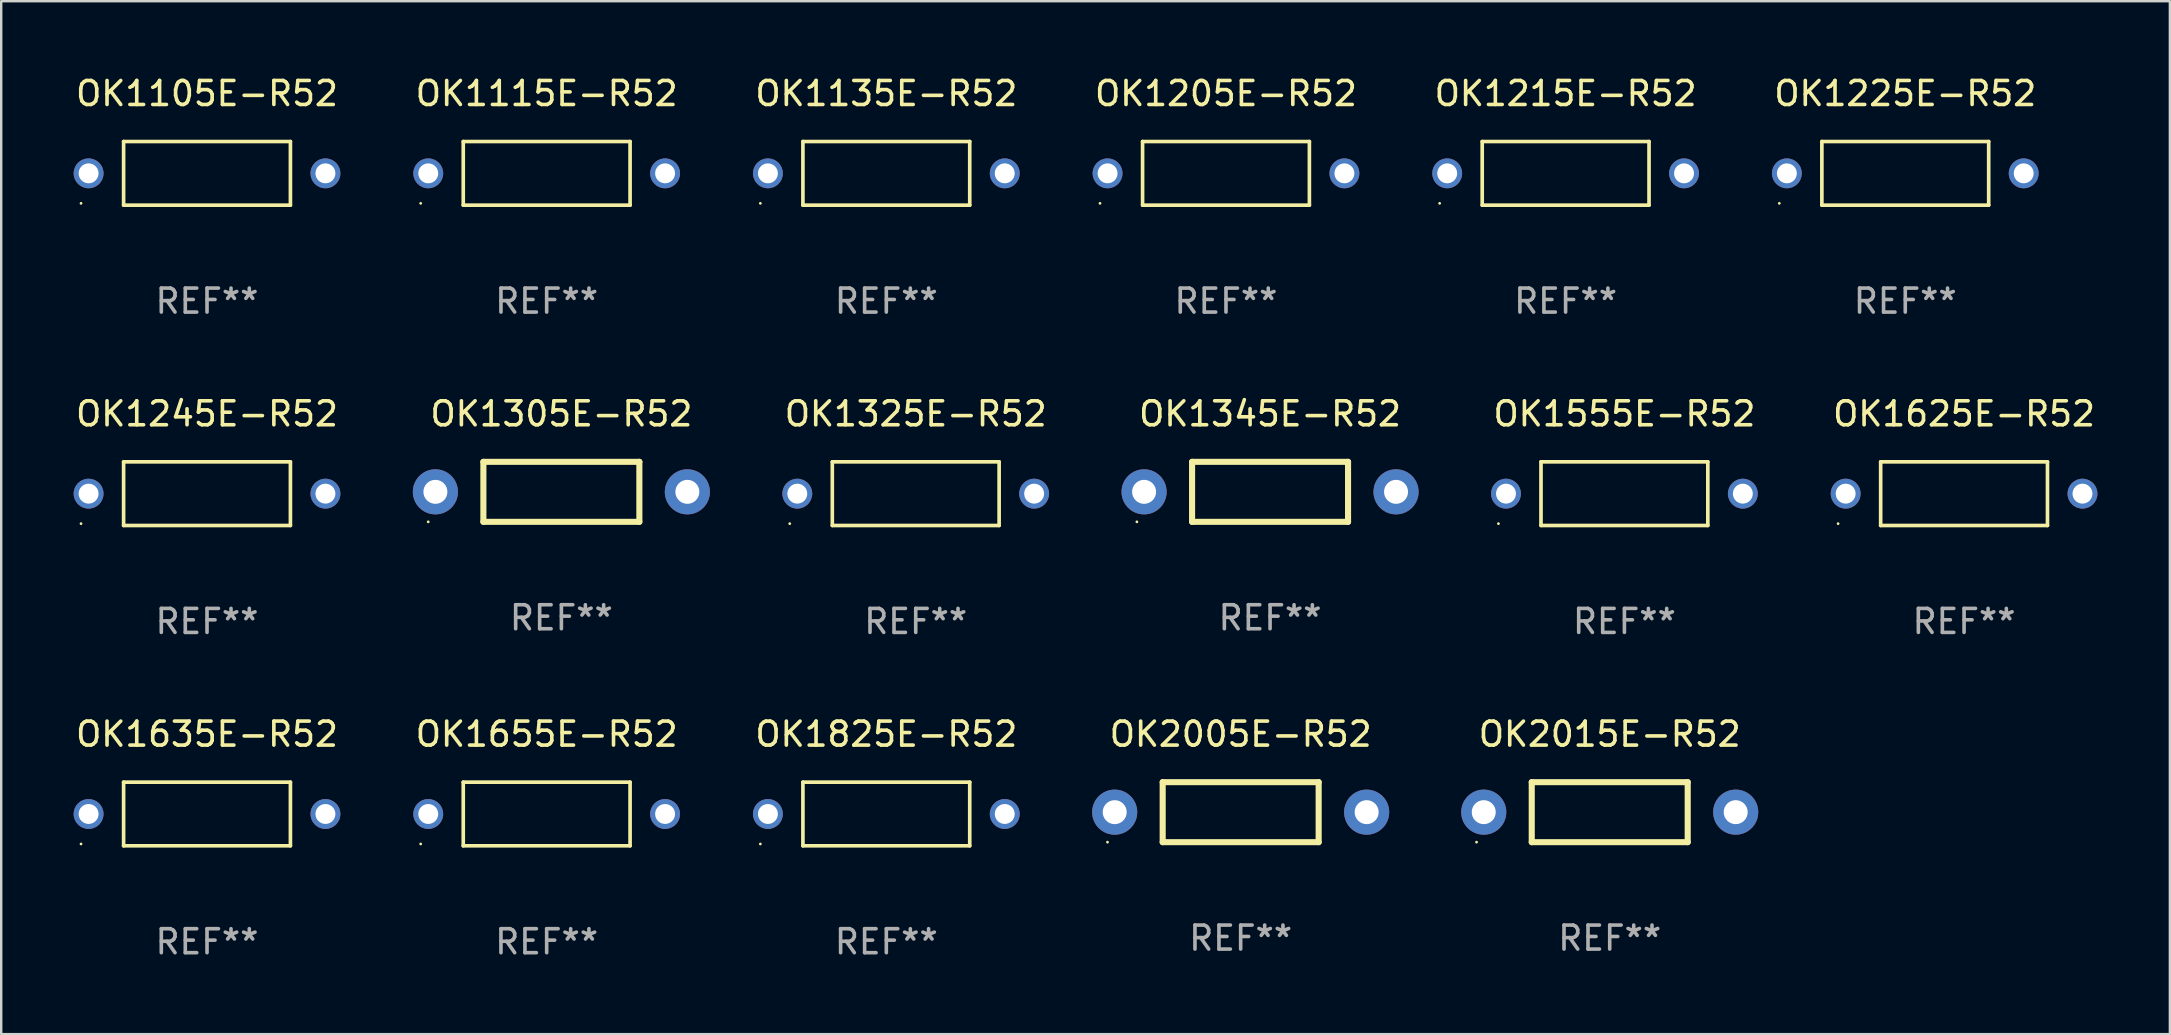
<source format=kicad_pcb>
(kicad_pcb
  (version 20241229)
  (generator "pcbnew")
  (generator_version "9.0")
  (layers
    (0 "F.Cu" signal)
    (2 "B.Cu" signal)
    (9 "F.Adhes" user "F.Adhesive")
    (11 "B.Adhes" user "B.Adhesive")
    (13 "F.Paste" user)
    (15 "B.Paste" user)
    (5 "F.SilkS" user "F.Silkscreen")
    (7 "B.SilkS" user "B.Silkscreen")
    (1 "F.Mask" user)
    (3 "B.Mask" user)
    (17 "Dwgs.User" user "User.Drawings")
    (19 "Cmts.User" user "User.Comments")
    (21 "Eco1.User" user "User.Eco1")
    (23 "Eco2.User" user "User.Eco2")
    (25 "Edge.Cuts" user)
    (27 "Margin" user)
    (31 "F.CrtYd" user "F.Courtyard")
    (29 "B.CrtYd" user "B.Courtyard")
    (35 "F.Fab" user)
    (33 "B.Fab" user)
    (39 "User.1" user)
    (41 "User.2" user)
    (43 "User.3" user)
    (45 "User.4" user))
  (footprint "OK1305E-R52"
    (layer "F.Cu")
    (at 20.345 17.447)
    (property "Reference" "OK1305E-R52" (at 0 -3.25 0) (layer "F.SilkS") (effects (font (size 1 1) (thickness 0.15))))
    (attr through_hole)
    (fp_line (start -3.25 -1.25) (end 3.25 -1.25) (stroke (width 0.254) (type solid)) (layer "F.SilkS"))
    (fp_line (start -3.25 1.25) (end -3.25 -1.25) (stroke (width 0.254) (type solid)) (layer "F.SilkS"))
    (fp_line (start 3.25 1.25) (end -3.25 1.25) (stroke (width 0.254) (type solid)) (layer "F.SilkS"))
    (fp_line (start 3.25 1.25) (end 3.25 -1.25) (stroke (width 0.254) (type solid)) (layer "F.SilkS"))
    (fp_circle (center -5.55 1.25) (end -5.52 1.25) (stroke (width 0.06) (type solid)) (fill no) (layer "F.SilkS"))
    (fp_text user "REF**" (at 0 5.25 0) (layer "F.Fab") (effects (font (size 1 1) (thickness 0.15))))
    (pad "1" thru_hole circle (at -5.25 0) (size 1.88 1.88) (drill 1) (layers "*.Cu" "*.Mask"))
    (pad "2" thru_hole circle (at 5.25 0) (size 1.88 1.88) (drill 1) (layers "*.Cu" "*.Mask")))
  (footprint "OK1135E-R52"
    (layer "F.Cu")
    (at 33.887 4.174)
    (property "Reference" "OK1135E-R52" (at 0 -3.326 0) (layer "F.SilkS") (effects (font (size 1 1) (thickness 0.15))))
    (attr through_hole)
    (fp_line (start -3.476 -1.326) (end 3.476 -1.326) (stroke (width 0.152) (type solid)) (layer "F.SilkS"))
    (fp_line (start -3.476 1.326) (end -3.476 -1.326) (stroke (width 0.152) (type solid)) (layer "F.SilkS"))
    (fp_line (start 3.476 -1.326) (end 3.476 1.326) (stroke (width 0.152) (type solid)) (layer "F.SilkS"))
    (fp_line (start 3.476 1.326) (end -3.476 1.326) (stroke (width 0.152) (type solid)) (layer "F.SilkS"))
    (fp_circle (center -5.25 1.25) (end -5.22 1.25) (stroke (width 0.06) (type solid)) (fill no) (layer "F.SilkS"))
    (fp_text user "REF**" (at 0 5.326 0) (layer "F.Fab") (effects (font (size 1 1) (thickness 0.15))))
    (pad "1" thru_hole circle (at -4.935 -0.000013) (size 1.245 1.245) (drill 0.83) (layers "*.Cu" "*.Mask"))
    (pad "2" thru_hole circle (at 4.935 -0.000013) (size 1.245 1.245) (drill 0.83) (layers "*.Cu" "*.Mask")))
  (footprint "OK2015E-R52"
    (layer "F.Cu")
    (at 64.034 30.796)
    (property "Reference" "OK2015E-R52" (at 0 -3.25 0) (layer "F.SilkS") (effects (font (size 1 1) (thickness 0.15))))
    (attr through_hole)
    (fp_line (start -3.25 -1.25) (end 3.25 -1.25) (stroke (width 0.254) (type solid)) (layer "F.SilkS"))
    (fp_line (start -3.25 1.25) (end -3.25 -1.25) (stroke (width 0.254) (type solid)) (layer "F.SilkS"))
    (fp_line (start 3.25 1.25) (end -3.25 1.25) (stroke (width 0.254) (type solid)) (layer "F.SilkS"))
    (fp_line (start 3.25 1.25) (end 3.25 -1.25) (stroke (width 0.254) (type solid)) (layer "F.SilkS"))
    (fp_circle (center -5.55 1.25) (end -5.52 1.25) (stroke (width 0.06) (type solid)) (fill no) (layer "F.SilkS"))
    (fp_text user "REF**" (at 0 5.25 0) (layer "F.Fab") (effects (font (size 1 1) (thickness 0.15))))
    (pad "1" thru_hole circle (at -5.25 0) (size 1.88 1.88) (drill 1) (layers "*.Cu" "*.Mask"))
    (pad "2" thru_hole circle (at 5.25 0) (size 1.88 1.88) (drill 1) (layers "*.Cu" "*.Mask")))
  (footprint "OK1115E-R52"
    (layer "F.Cu")
    (at 19.732 4.174)
    (property "Reference" "OK1115E-R52" (at 0 -3.326 0) (layer "F.SilkS") (effects (font (size 1 1) (thickness 0.15))))
    (attr through_hole)
    (fp_line (start -3.476 -1.326) (end 3.476 -1.326) (stroke (width 0.152) (type solid)) (layer "F.SilkS"))
    (fp_line (start -3.476 1.326) (end -3.476 -1.326) (stroke (width 0.152) (type solid)) (layer "F.SilkS"))
    (fp_line (start 3.476 -1.326) (end 3.476 1.326) (stroke (width 0.152) (type solid)) (layer "F.SilkS"))
    (fp_line (start 3.476 1.326) (end -3.476 1.326) (stroke (width 0.152) (type solid)) (layer "F.SilkS"))
    (fp_circle (center -5.25 1.25) (end -5.22 1.25) (stroke (width 0.06) (type solid)) (fill no) (layer "F.SilkS"))
    (fp_text user "REF**" (at 0 5.326 0) (layer "F.Fab") (effects (font (size 1 1) (thickness 0.15))))
    (pad "1" thru_hole circle (at -4.935 -0.000013) (size 1.245 1.245) (drill 0.83) (layers "*.Cu" "*.Mask"))
    (pad "2" thru_hole circle (at 4.935 -0.000013) (size 1.245 1.245) (drill 0.83) (layers "*.Cu" "*.Mask")))
  (footprint "OK1825E-R52"
    (layer "F.Cu")
    (at 33.887 30.872)
    (property "Reference" "OK1825E-R52" (at 0 -3.326 0) (layer "F.SilkS") (effects (font (size 1 1) (thickness 0.15))))
    (attr through_hole)
    (fp_line (start -3.476 -1.326) (end 3.476 -1.326) (stroke (width 0.152) (type solid)) (layer "F.SilkS"))
    (fp_line (start -3.476 1.326) (end -3.476 -1.326) (stroke (width 0.152) (type solid)) (layer "F.SilkS"))
    (fp_line (start 3.476 -1.326) (end 3.476 1.326) (stroke (width 0.152) (type solid)) (layer "F.SilkS"))
    (fp_line (start 3.476 1.326) (end -3.476 1.326) (stroke (width 0.152) (type solid)) (layer "F.SilkS"))
    (fp_circle (center -5.25 1.25) (end -5.22 1.25) (stroke (width 0.06) (type solid)) (fill no) (layer "F.SilkS"))
    (fp_text user "REF**" (at 0 5.326 0) (layer "F.Fab") (effects (font (size 1 1) (thickness 0.15))))
    (pad "1" thru_hole circle (at -4.935 -0.000013) (size 1.245 1.245) (drill 0.83) (layers "*.Cu" "*.Mask"))
    (pad "2" thru_hole circle (at 4.935 -0.000013) (size 1.245 1.245) (drill 0.83) (layers "*.Cu" "*.Mask")))
  (footprint "OK1325E-R52"
    (layer "F.Cu")
    (at 35.112 17.523)
    (property "Reference" "OK1325E-R52" (at 0 -3.326 0) (layer "F.SilkS") (effects (font (size 1 1) (thickness 0.15))))
    (attr through_hole)
    (fp_line (start -3.476 -1.326) (end 3.476 -1.326) (stroke (width 0.152) (type solid)) (layer "F.SilkS"))
    (fp_line (start -3.476 1.326) (end -3.476 -1.326) (stroke (width 0.152) (type solid)) (layer "F.SilkS"))
    (fp_line (start 3.476 -1.326) (end 3.476 1.326) (stroke (width 0.152) (type solid)) (layer "F.SilkS"))
    (fp_line (start 3.476 1.326) (end -3.476 1.326) (stroke (width 0.152) (type solid)) (layer "F.SilkS"))
    (fp_circle (center -5.25 1.25) (end -5.22 1.25) (stroke (width 0.06) (type solid)) (fill no) (layer "F.SilkS"))
    (fp_text user "REF**" (at 0 5.326 0) (layer "F.Fab") (effects (font (size 1 1) (thickness 0.15))))
    (pad "1" thru_hole circle (at -4.935 -0.000013) (size 1.245 1.245) (drill 0.83) (layers "*.Cu" "*.Mask"))
    (pad "2" thru_hole circle (at 4.935 -0.000013) (size 1.245 1.245) (drill 0.83) (layers "*.Cu" "*.Mask")))
  (footprint "OK2005E-R52"
    (layer "F.Cu")
    (at 48.654 30.796)
    (property "Reference" "OK2005E-R52" (at 0 -3.25 0) (layer "F.SilkS") (effects (font (size 1 1) (thickness 0.15))))
    (attr through_hole)
    (fp_line (start -3.25 -1.25) (end 3.25 -1.25) (stroke (width 0.254) (type solid)) (layer "F.SilkS"))
    (fp_line (start -3.25 1.25) (end -3.25 -1.25) (stroke (width 0.254) (type solid)) (layer "F.SilkS"))
    (fp_line (start 3.25 1.25) (end -3.25 1.25) (stroke (width 0.254) (type solid)) (layer "F.SilkS"))
    (fp_line (start 3.25 1.25) (end 3.25 -1.25) (stroke (width 0.254) (type solid)) (layer "F.SilkS"))
    (fp_circle (center -5.55 1.25) (end -5.52 1.25) (stroke (width 0.06) (type solid)) (fill no) (layer "F.SilkS"))
    (fp_text user "REF**" (at 0 5.25 0) (layer "F.Fab") (effects (font (size 1 1) (thickness 0.15))))
    (pad "1" thru_hole circle (at -5.25 0) (size 1.88 1.88) (drill 1) (layers "*.Cu" "*.Mask"))
    (pad "2" thru_hole circle (at 5.25 0) (size 1.88 1.88) (drill 1) (layers "*.Cu" "*.Mask")))
  (footprint "OK1225E-R52"
    (layer "F.Cu")
    (at 76.351 4.174)
    (property "Reference" "OK1225E-R52" (at 0 -3.326 0) (layer "F.SilkS") (effects (font (size 1 1) (thickness 0.15))))
    (attr through_hole)
    (fp_line (start -3.476 -1.326) (end 3.476 -1.326) (stroke (width 0.152) (type solid)) (layer "F.SilkS"))
    (fp_line (start -3.476 1.326) (end -3.476 -1.326) (stroke (width 0.152) (type solid)) (layer "F.SilkS"))
    (fp_line (start 3.476 -1.326) (end 3.476 1.326) (stroke (width 0.152) (type solid)) (layer "F.SilkS"))
    (fp_line (start 3.476 1.326) (end -3.476 1.326) (stroke (width 0.152) (type solid)) (layer "F.SilkS"))
    (fp_circle (center -5.25 1.25) (end -5.22 1.25) (stroke (width 0.06) (type solid)) (fill no) (layer "F.SilkS"))
    (fp_text user "REF**" (at 0 5.326 0) (layer "F.Fab") (effects (font (size 1 1) (thickness 0.15))))
    (pad "1" thru_hole circle (at -4.935 -0.000013) (size 1.245 1.245) (drill 0.83) (layers "*.Cu" "*.Mask"))
    (pad "2" thru_hole circle (at 4.935 -0.000013) (size 1.245 1.245) (drill 0.83) (layers "*.Cu" "*.Mask")))
  (footprint "OK1105E-R52"
    (layer "F.Cu")
    (at 5.577 4.174)
    (property "Reference" "OK1105E-R52" (at 0 -3.326 0) (layer "F.SilkS") (effects (font (size 1 1) (thickness 0.15))))
    (attr through_hole)
    (fp_line (start -3.476 -1.326) (end 3.476 -1.326) (stroke (width 0.152) (type solid)) (layer "F.SilkS"))
    (fp_line (start -3.476 1.326) (end -3.476 -1.326) (stroke (width 0.152) (type solid)) (layer "F.SilkS"))
    (fp_line (start 3.476 -1.326) (end 3.476 1.326) (stroke (width 0.152) (type solid)) (layer "F.SilkS"))
    (fp_line (start 3.476 1.326) (end -3.476 1.326) (stroke (width 0.152) (type solid)) (layer "F.SilkS"))
    (fp_circle (center -5.25 1.25) (end -5.22 1.25) (stroke (width 0.06) (type solid)) (fill no) (layer "F.SilkS"))
    (fp_text user "REF**" (at 0 5.326 0) (layer "F.Fab") (effects (font (size 1 1) (thickness 0.15))))
    (pad "1" thru_hole circle (at -4.935 -0.000013) (size 1.245 1.245) (drill 0.83) (layers "*.Cu" "*.Mask"))
    (pad "2" thru_hole circle (at 4.935 -0.000013) (size 1.245 1.245) (drill 0.83) (layers "*.Cu" "*.Mask")))
  (footprint "OK1205E-R52"
    (layer "F.Cu")
    (at 48.042 4.174)
    (property "Reference" "OK1205E-R52" (at 0 -3.326 0) (layer "F.SilkS") (effects (font (size 1 1) (thickness 0.15))))
    (attr through_hole)
    (fp_line (start -3.476 -1.326) (end 3.476 -1.326) (stroke (width 0.152) (type solid)) (layer "F.SilkS"))
    (fp_line (start -3.476 1.326) (end -3.476 -1.326) (stroke (width 0.152) (type solid)) (layer "F.SilkS"))
    (fp_line (start 3.476 -1.326) (end 3.476 1.326) (stroke (width 0.152) (type solid)) (layer "F.SilkS"))
    (fp_line (start 3.476 1.326) (end -3.476 1.326) (stroke (width 0.152) (type solid)) (layer "F.SilkS"))
    (fp_circle (center -5.25 1.25) (end -5.22 1.25) (stroke (width 0.06) (type solid)) (fill no) (layer "F.SilkS"))
    (fp_text user "REF**" (at 0 5.326 0) (layer "F.Fab") (effects (font (size 1 1) (thickness 0.15))))
    (pad "1" thru_hole circle (at -4.935 -0.000013) (size 1.245 1.245) (drill 0.83) (layers "*.Cu" "*.Mask"))
    (pad "2" thru_hole circle (at 4.935 -0.000013) (size 1.245 1.245) (drill 0.83) (layers "*.Cu" "*.Mask")))
  (footprint "OK1215E-R52"
    (layer "F.Cu")
    (at 62.196 4.174)
    (property "Reference" "OK1215E-R52" (at 0 -3.326 0) (layer "F.SilkS") (effects (font (size 1 1) (thickness 0.15))))
    (attr through_hole)
    (fp_line (start -3.476 -1.326) (end 3.476 -1.326) (stroke (width 0.152) (type solid)) (layer "F.SilkS"))
    (fp_line (start -3.476 1.326) (end -3.476 -1.326) (stroke (width 0.152) (type solid)) (layer "F.SilkS"))
    (fp_line (start 3.476 -1.326) (end 3.476 1.326) (stroke (width 0.152) (type solid)) (layer "F.SilkS"))
    (fp_line (start 3.476 1.326) (end -3.476 1.326) (stroke (width 0.152) (type solid)) (layer "F.SilkS"))
    (fp_circle (center -5.25 1.25) (end -5.22 1.25) (stroke (width 0.06) (type solid)) (fill no) (layer "F.SilkS"))
    (fp_text user "REF**" (at 0 5.326 0) (layer "F.Fab") (effects (font (size 1 1) (thickness 0.15))))
    (pad "1" thru_hole circle (at -4.935 -0.000013) (size 1.245 1.245) (drill 0.83) (layers "*.Cu" "*.Mask"))
    (pad "2" thru_hole circle (at 4.935 -0.000013) (size 1.245 1.245) (drill 0.83) (layers "*.Cu" "*.Mask")))
  (footprint "OK1625E-R52"
    (layer "F.Cu")
    (at 78.801 17.523)
    (property "Reference" "OK1625E-R52" (at 0 -3.326 0) (layer "F.SilkS") (effects (font (size 1 1) (thickness 0.15))))
    (attr through_hole)
    (fp_line (start -3.476 -1.326) (end 3.476 -1.326) (stroke (width 0.152) (type solid)) (layer "F.SilkS"))
    (fp_line (start -3.476 1.326) (end -3.476 -1.326) (stroke (width 0.152) (type solid)) (layer "F.SilkS"))
    (fp_line (start 3.476 -1.326) (end 3.476 1.326) (stroke (width 0.152) (type solid)) (layer "F.SilkS"))
    (fp_line (start 3.476 1.326) (end -3.476 1.326) (stroke (width 0.152) (type solid)) (layer "F.SilkS"))
    (fp_circle (center -5.25 1.25) (end -5.22 1.25) (stroke (width 0.06) (type solid)) (fill no) (layer "F.SilkS"))
    (fp_text user "REF**" (at 0 5.326 0) (layer "F.Fab") (effects (font (size 1 1) (thickness 0.15))))
    (pad "1" thru_hole circle (at -4.935 -0.000013) (size 1.245 1.245) (drill 0.83) (layers "*.Cu" "*.Mask"))
    (pad "2" thru_hole circle (at 4.935 -0.000013) (size 1.245 1.245) (drill 0.83) (layers "*.Cu" "*.Mask")))
  (footprint "OK1655E-R52"
    (layer "F.Cu")
    (at 19.732 30.872)
    (property "Reference" "OK1655E-R52" (at 0 -3.326 0) (layer "F.SilkS") (effects (font (size 1 1) (thickness 0.15))))
    (attr through_hole)
    (fp_line (start -3.476 -1.326) (end 3.476 -1.326) (stroke (width 0.152) (type solid)) (layer "F.SilkS"))
    (fp_line (start -3.476 1.326) (end -3.476 -1.326) (stroke (width 0.152) (type solid)) (layer "F.SilkS"))
    (fp_line (start 3.476 -1.326) (end 3.476 1.326) (stroke (width 0.152) (type solid)) (layer "F.SilkS"))
    (fp_line (start 3.476 1.326) (end -3.476 1.326) (stroke (width 0.152) (type solid)) (layer "F.SilkS"))
    (fp_circle (center -5.25 1.25) (end -5.22 1.25) (stroke (width 0.06) (type solid)) (fill no) (layer "F.SilkS"))
    (fp_text user "REF**" (at 0 5.326 0) (layer "F.Fab") (effects (font (size 1 1) (thickness 0.15))))
    (pad "1" thru_hole circle (at -4.935 -0.000013) (size 1.245 1.245) (drill 0.83) (layers "*.Cu" "*.Mask"))
    (pad "2" thru_hole circle (at 4.935 -0.000013) (size 1.245 1.245) (drill 0.83) (layers "*.Cu" "*.Mask")))
  (footprint "OK1345E-R52"
    (layer "F.Cu")
    (at 49.879 17.447)
    (property "Reference" "OK1345E-R52" (at 0 -3.25 0) (layer "F.SilkS") (effects (font (size 1 1) (thickness 0.15))))
    (attr through_hole)
    (fp_line (start -3.25 -1.25) (end 3.25 -1.25) (stroke (width 0.254) (type solid)) (layer "F.SilkS"))
    (fp_line (start -3.25 1.25) (end -3.25 -1.25) (stroke (width 0.254) (type solid)) (layer "F.SilkS"))
    (fp_line (start 3.25 1.25) (end -3.25 1.25) (stroke (width 0.254) (type solid)) (layer "F.SilkS"))
    (fp_line (start 3.25 1.25) (end 3.25 -1.25) (stroke (width 0.254) (type solid)) (layer "F.SilkS"))
    (fp_circle (center -5.55 1.25) (end -5.52 1.25) (stroke (width 0.06) (type solid)) (fill no) (layer "F.SilkS"))
    (fp_text user "REF**" (at 0 5.25 0) (layer "F.Fab") (effects (font (size 1 1) (thickness 0.15))))
    (pad "1" thru_hole circle (at -5.25 0) (size 1.88 1.88) (drill 1) (layers "*.Cu" "*.Mask"))
    (pad "2" thru_hole circle (at 5.25 0) (size 1.88 1.88) (drill 1) (layers "*.Cu" "*.Mask")))
  (footprint "OK1635E-R52"
    (layer "F.Cu")
    (at 5.577 30.872)
    (property "Reference" "OK1635E-R52" (at 0 -3.326 0) (layer "F.SilkS") (effects (font (size 1 1) (thickness 0.15))))
    (attr through_hole)
    (fp_line (start -3.476 -1.326) (end 3.476 -1.326) (stroke (width 0.152) (type solid)) (layer "F.SilkS"))
    (fp_line (start -3.476 1.326) (end -3.476 -1.326) (stroke (width 0.152) (type solid)) (layer "F.SilkS"))
    (fp_line (start 3.476 -1.326) (end 3.476 1.326) (stroke (width 0.152) (type solid)) (layer "F.SilkS"))
    (fp_line (start 3.476 1.326) (end -3.476 1.326) (stroke (width 0.152) (type solid)) (layer "F.SilkS"))
    (fp_circle (center -5.25 1.25) (end -5.22 1.25) (stroke (width 0.06) (type solid)) (fill no) (layer "F.SilkS"))
    (fp_text user "REF**" (at 0 5.326 0) (layer "F.Fab") (effects (font (size 1 1) (thickness 0.15))))
    (pad "1" thru_hole circle (at -4.935 -0.000013) (size 1.245 1.245) (drill 0.83) (layers "*.Cu" "*.Mask"))
    (pad "2" thru_hole circle (at 4.935 -0.000013) (size 1.245 1.245) (drill 0.83) (layers "*.Cu" "*.Mask")))
  (footprint "OK1555E-R52"
    (layer "F.Cu")
    (at 64.646 17.523)
    (property "Reference" "OK1555E-R52" (at 0 -3.326 0) (layer "F.SilkS") (effects (font (size 1 1) (thickness 0.15))))
    (attr through_hole)
    (fp_line (start -3.476 -1.326) (end 3.476 -1.326) (stroke (width 0.152) (type solid)) (layer "F.SilkS"))
    (fp_line (start -3.476 1.326) (end -3.476 -1.326) (stroke (width 0.152) (type solid)) (layer "F.SilkS"))
    (fp_line (start 3.476 -1.326) (end 3.476 1.326) (stroke (width 0.152) (type solid)) (layer "F.SilkS"))
    (fp_line (start 3.476 1.326) (end -3.476 1.326) (stroke (width 0.152) (type solid)) (layer "F.SilkS"))
    (fp_circle (center -5.25 1.25) (end -5.22 1.25) (stroke (width 0.06) (type solid)) (fill no) (layer "F.SilkS"))
    (fp_text user "REF**" (at 0 5.326 0) (layer "F.Fab") (effects (font (size 1 1) (thickness 0.15))))
    (pad "1" thru_hole circle (at -4.935 -0.000013) (size 1.245 1.245) (drill 0.83) (layers "*.Cu" "*.Mask"))
    (pad "2" thru_hole circle (at 4.935 -0.000013) (size 1.245 1.245) (drill 0.83) (layers "*.Cu" "*.Mask")))
  (footprint "OK1245E-R52"
    (layer "F.Cu")
    (at 5.577 17.523)
    (property "Reference" "OK1245E-R52" (at 0 -3.326 0) (layer "F.SilkS") (effects (font (size 1 1) (thickness 0.15))))
    (attr through_hole)
    (fp_line (start -3.476 -1.326) (end 3.476 -1.326) (stroke (width 0.152) (type solid)) (layer "F.SilkS"))
    (fp_line (start -3.476 1.326) (end -3.476 -1.326) (stroke (width 0.152) (type solid)) (layer "F.SilkS"))
    (fp_line (start 3.476 -1.326) (end 3.476 1.326) (stroke (width 0.152) (type solid)) (layer "F.SilkS"))
    (fp_line (start 3.476 1.326) (end -3.476 1.326) (stroke (width 0.152) (type solid)) (layer "F.SilkS"))
    (fp_circle (center -5.25 1.25) (end -5.22 1.25) (stroke (width 0.06) (type solid)) (fill no) (layer "F.SilkS"))
    (fp_text user "REF**" (at 0 5.326 0) (layer "F.Fab") (effects (font (size 1 1) (thickness 0.15))))
    (pad "1" thru_hole circle (at -4.935 -0.000013) (size 1.245 1.245) (drill 0.83) (layers "*.Cu" "*.Mask"))
    (pad "2" thru_hole circle (at 4.935 -0.000013) (size 1.245 1.245) (drill 0.83) (layers "*.Cu" "*.Mask")))
  (gr_rect
    (start -3 -3)
    (end 87.378 40.047)
    (stroke (width 0.1) (type default))
    (fill no)
    (layer "Edge.Cuts")))
</source>
